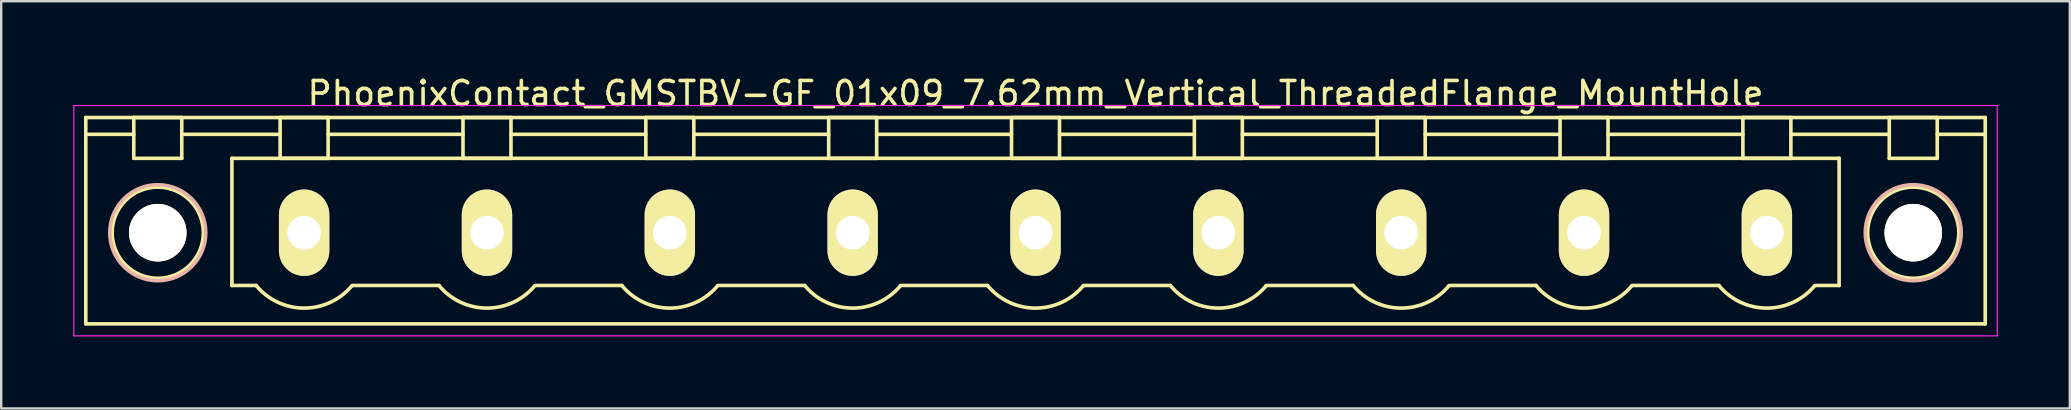
<source format=kicad_pcb>
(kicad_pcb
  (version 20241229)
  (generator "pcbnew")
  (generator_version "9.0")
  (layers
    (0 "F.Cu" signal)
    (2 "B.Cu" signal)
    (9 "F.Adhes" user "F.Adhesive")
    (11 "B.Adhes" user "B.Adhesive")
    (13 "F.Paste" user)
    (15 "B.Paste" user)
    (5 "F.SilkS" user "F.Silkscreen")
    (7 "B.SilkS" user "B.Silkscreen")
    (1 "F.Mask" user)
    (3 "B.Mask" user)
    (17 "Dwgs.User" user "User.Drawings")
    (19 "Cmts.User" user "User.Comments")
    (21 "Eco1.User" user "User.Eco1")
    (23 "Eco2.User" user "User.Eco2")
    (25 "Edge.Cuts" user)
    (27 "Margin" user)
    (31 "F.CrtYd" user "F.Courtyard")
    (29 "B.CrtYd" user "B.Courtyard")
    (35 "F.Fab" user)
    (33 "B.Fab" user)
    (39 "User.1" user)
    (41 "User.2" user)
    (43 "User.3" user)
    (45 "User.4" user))
  (footprint "PhoenixContact_GMSTBV-GF_01x09_7.62mm_Vertical_ThreadedFlange_MountHole"
    (layer "F.Cu")
    (at 9.625 6.648)
    (property "Reference" "PhoenixContact_GMSTBV-GF_01x09_7.62mm_Vertical_ThreadedFlange_MountHole" (at 30.48 -5.8 0) (layer "F.SilkS") (effects (font (size 1 1) (thickness 0.15))))
    (attr through_hole)
    (fp_line (start -9.1 -4.8) (end -9.1 3.8) (stroke (width 0.15) (type solid)) (layer "F.SilkS"))
    (fp_line (start -9.1 -4.1) (end -7.1 -4.1) (stroke (width 0.15) (type solid)) (layer "F.SilkS"))
    (fp_line (start -9.1 3.8) (end 70.06 3.8) (stroke (width 0.15) (type solid)) (layer "F.SilkS"))
    (fp_line (start -7.1 -4.8) (end -5.1 -4.8) (stroke (width 0.15) (type solid)) (layer "F.SilkS"))
    (fp_line (start -7.1 -3.1) (end -7.1 -4.8) (stroke (width 0.15) (type solid)) (layer "F.SilkS"))
    (fp_line (start -5.1 -4.8) (end -5.1 -3.1) (stroke (width 0.15) (type solid)) (layer "F.SilkS"))
    (fp_line (start -5.1 -4.1) (end -1 -4.1) (stroke (width 0.15) (type solid)) (layer "F.SilkS"))
    (fp_line (start -5.1 -3.1) (end -7.1 -3.1) (stroke (width 0.15) (type solid)) (layer "F.SilkS"))
    (fp_line (start -3.01 -3.1) (end 63.97 -3.1) (stroke (width 0.15) (type solid)) (layer "F.SilkS"))
    (fp_line (start -3.01 2.2) (end -3.01 -3.1) (stroke (width 0.15) (type solid)) (layer "F.SilkS"))
    (fp_line (start -2 2.2) (end -3.01 2.2) (stroke (width 0.15) (type solid)) (layer "F.SilkS"))
    (fp_line (start -1 -4.8) (end 1 -4.8) (stroke (width 0.15) (type solid)) (layer "F.SilkS"))
    (fp_line (start -1 -3.1) (end -1 -4.8) (stroke (width 0.15) (type solid)) (layer "F.SilkS"))
    (fp_line (start 1 -4.8) (end 1 -3.1) (stroke (width 0.15) (type solid)) (layer "F.SilkS"))
    (fp_line (start 1 -4.1) (end 6.62 -4.1) (stroke (width 0.15) (type solid)) (layer "F.SilkS"))
    (fp_line (start 1 -3.1) (end -1 -3.1) (stroke (width 0.15) (type solid)) (layer "F.SilkS"))
    (fp_line (start 2 2.2) (end 5.62 2.2) (stroke (width 0.15) (type solid)) (layer "F.SilkS"))
    (fp_line (start 6.62 -4.8) (end 8.62 -4.8) (stroke (width 0.15) (type solid)) (layer "F.SilkS"))
    (fp_line (start 6.62 -3.1) (end 6.62 -4.8) (stroke (width 0.15) (type solid)) (layer "F.SilkS"))
    (fp_line (start 8.62 -4.8) (end 8.62 -3.1) (stroke (width 0.15) (type solid)) (layer "F.SilkS"))
    (fp_line (start 8.62 -4.1) (end 14.24 -4.1) (stroke (width 0.15) (type solid)) (layer "F.SilkS"))
    (fp_line (start 8.62 -3.1) (end 6.62 -3.1) (stroke (width 0.15) (type solid)) (layer "F.SilkS"))
    (fp_line (start 9.62 2.2) (end 13.24 2.2) (stroke (width 0.15) (type solid)) (layer "F.SilkS"))
    (fp_line (start 14.24 -4.8) (end 16.24 -4.8) (stroke (width 0.15) (type solid)) (layer "F.SilkS"))
    (fp_line (start 14.24 -3.1) (end 14.24 -4.8) (stroke (width 0.15) (type solid)) (layer "F.SilkS"))
    (fp_line (start 16.24 -4.8) (end 16.24 -3.1) (stroke (width 0.15) (type solid)) (layer "F.SilkS"))
    (fp_line (start 16.24 -4.1) (end 21.86 -4.1) (stroke (width 0.15) (type solid)) (layer "F.SilkS"))
    (fp_line (start 16.24 -3.1) (end 14.24 -3.1) (stroke (width 0.15) (type solid)) (layer "F.SilkS"))
    (fp_line (start 17.24 2.2) (end 20.86 2.2) (stroke (width 0.15) (type solid)) (layer "F.SilkS"))
    (fp_line (start 21.86 -4.8) (end 23.86 -4.8) (stroke (width 0.15) (type solid)) (layer "F.SilkS"))
    (fp_line (start 21.86 -3.1) (end 21.86 -4.8) (stroke (width 0.15) (type solid)) (layer "F.SilkS"))
    (fp_line (start 23.86 -4.8) (end 23.86 -3.1) (stroke (width 0.15) (type solid)) (layer "F.SilkS"))
    (fp_line (start 23.86 -4.1) (end 29.48 -4.1) (stroke (width 0.15) (type solid)) (layer "F.SilkS"))
    (fp_line (start 23.86 -3.1) (end 21.86 -3.1) (stroke (width 0.15) (type solid)) (layer "F.SilkS"))
    (fp_line (start 24.86 2.2) (end 28.48 2.2) (stroke (width 0.15) (type solid)) (layer "F.SilkS"))
    (fp_line (start 29.48 -4.8) (end 31.48 -4.8) (stroke (width 0.15) (type solid)) (layer "F.SilkS"))
    (fp_line (start 29.48 -3.1) (end 29.48 -4.8) (stroke (width 0.15) (type solid)) (layer "F.SilkS"))
    (fp_line (start 31.48 -4.8) (end 31.48 -3.1) (stroke (width 0.15) (type solid)) (layer "F.SilkS"))
    (fp_line (start 31.48 -4.1) (end 37.1 -4.1) (stroke (width 0.15) (type solid)) (layer "F.SilkS"))
    (fp_line (start 31.48 -3.1) (end 29.48 -3.1) (stroke (width 0.15) (type solid)) (layer "F.SilkS"))
    (fp_line (start 32.48 2.2) (end 36.1 2.2) (stroke (width 0.15) (type solid)) (layer "F.SilkS"))
    (fp_line (start 37.1 -4.8) (end 39.1 -4.8) (stroke (width 0.15) (type solid)) (layer "F.SilkS"))
    (fp_line (start 37.1 -3.1) (end 37.1 -4.8) (stroke (width 0.15) (type solid)) (layer "F.SilkS"))
    (fp_line (start 39.1 -4.8) (end 39.1 -3.1) (stroke (width 0.15) (type solid)) (layer "F.SilkS"))
    (fp_line (start 39.1 -4.1) (end 44.72 -4.1) (stroke (width 0.15) (type solid)) (layer "F.SilkS"))
    (fp_line (start 39.1 -3.1) (end 37.1 -3.1) (stroke (width 0.15) (type solid)) (layer "F.SilkS"))
    (fp_line (start 40.1 2.2) (end 43.72 2.2) (stroke (width 0.15) (type solid)) (layer "F.SilkS"))
    (fp_line (start 44.72 -4.8) (end 46.72 -4.8) (stroke (width 0.15) (type solid)) (layer "F.SilkS"))
    (fp_line (start 44.72 -3.1) (end 44.72 -4.8) (stroke (width 0.15) (type solid)) (layer "F.SilkS"))
    (fp_line (start 46.72 -4.8) (end 46.72 -3.1) (stroke (width 0.15) (type solid)) (layer "F.SilkS"))
    (fp_line (start 46.72 -4.1) (end 52.34 -4.1) (stroke (width 0.15) (type solid)) (layer "F.SilkS"))
    (fp_line (start 46.72 -3.1) (end 44.72 -3.1) (stroke (width 0.15) (type solid)) (layer "F.SilkS"))
    (fp_line (start 47.72 2.2) (end 51.34 2.2) (stroke (width 0.15) (type solid)) (layer "F.SilkS"))
    (fp_line (start 52.34 -4.8) (end 54.34 -4.8) (stroke (width 0.15) (type solid)) (layer "F.SilkS"))
    (fp_line (start 52.34 -3.1) (end 52.34 -4.8) (stroke (width 0.15) (type solid)) (layer "F.SilkS"))
    (fp_line (start 54.34 -4.8) (end 54.34 -3.1) (stroke (width 0.15) (type solid)) (layer "F.SilkS"))
    (fp_line (start 54.34 -4.1) (end 59.96 -4.1) (stroke (width 0.15) (type solid)) (layer "F.SilkS"))
    (fp_line (start 54.34 -3.1) (end 52.34 -3.1) (stroke (width 0.15) (type solid)) (layer "F.SilkS"))
    (fp_line (start 55.34 2.2) (end 58.96 2.2) (stroke (width 0.15) (type solid)) (layer "F.SilkS"))
    (fp_line (start 59.96 -4.8) (end 61.96 -4.8) (stroke (width 0.15) (type solid)) (layer "F.SilkS"))
    (fp_line (start 59.96 -3.1) (end 59.96 -4.8) (stroke (width 0.15) (type solid)) (layer "F.SilkS"))
    (fp_line (start 61.96 -4.8) (end 61.96 -3.1) (stroke (width 0.15) (type solid)) (layer "F.SilkS"))
    (fp_line (start 61.96 -4.1) (end 66.06 -4.1) (stroke (width 0.15) (type solid)) (layer "F.SilkS"))
    (fp_line (start 61.96 -3.1) (end 59.96 -3.1) (stroke (width 0.15) (type solid)) (layer "F.SilkS"))
    (fp_line (start 63.97 -3.1) (end 63.97 2.2) (stroke (width 0.15) (type solid)) (layer "F.SilkS"))
    (fp_line (start 63.97 2.2) (end 62.96 2.2) (stroke (width 0.15) (type solid)) (layer "F.SilkS"))
    (fp_line (start 66.06 -4.8) (end 68.06 -4.8) (stroke (width 0.15) (type solid)) (layer "F.SilkS"))
    (fp_line (start 66.06 -3.1) (end 66.06 -4.8) (stroke (width 0.15) (type solid)) (layer "F.SilkS"))
    (fp_line (start 68.06 -4.8) (end 68.06 -3.1) (stroke (width 0.15) (type solid)) (layer "F.SilkS"))
    (fp_line (start 68.06 -3.1) (end 66.06 -3.1) (stroke (width 0.15) (type solid)) (layer "F.SilkS"))
    (fp_line (start 70.06 -4.8) (end -9.1 -4.8) (stroke (width 0.15) (type solid)) (layer "F.SilkS"))
    (fp_line (start 70.06 -4.1) (end 68.06 -4.1) (stroke (width 0.15) (type solid)) (layer "F.SilkS"))
    (fp_line (start 70.06 3.8) (end 70.06 -4.8) (stroke (width 0.15) (type solid)) (layer "F.SilkS"))
    (fp_arc (start 1.986842 2.215821) (mid -0.010289 3.142758) (end -2 2.2) (stroke (width 0.15) (type solid)) (layer "F.SilkS"))
    (fp_arc (start 9.606842 2.215821) (mid 7.609711 3.142758) (end 5.62 2.2) (stroke (width 0.15) (type solid)) (layer "F.SilkS"))
    (fp_arc (start 17.226842 2.215821) (mid 15.229711 3.142758) (end 13.24 2.2) (stroke (width 0.15) (type solid)) (layer "F.SilkS"))
    (fp_arc (start 24.846842 2.215821) (mid 22.849711 3.142758) (end 20.86 2.2) (stroke (width 0.15) (type solid)) (layer "F.SilkS"))
    (fp_arc (start 32.466842 2.215821) (mid 30.469711 3.142758) (end 28.48 2.2) (stroke (width 0.15) (type solid)) (layer "F.SilkS"))
    (fp_arc (start 40.086842 2.215821) (mid 38.089711 3.142758) (end 36.1 2.2) (stroke (width 0.15) (type solid)) (layer "F.SilkS"))
    (fp_arc (start 47.706842 2.215821) (mid 45.709711 3.142758) (end 43.72 2.2) (stroke (width 0.15) (type solid)) (layer "F.SilkS"))
    (fp_arc (start 55.326842 2.215821) (mid 53.329711 3.142758) (end 51.34 2.2) (stroke (width 0.15) (type solid)) (layer "F.SilkS"))
    (fp_arc (start 62.946842 2.215821) (mid 60.949711 3.142758) (end 58.96 2.2) (stroke (width 0.15) (type solid)) (layer "F.SilkS"))
    (fp_circle (center -6.1 0) (end -5.1 0) (stroke (width 0.15) (type solid)) (fill no) (layer "F.SilkS"))
    (fp_circle (center -6.1 0) (end -4.2 0) (stroke (width 0.15) (type solid)) (fill no) (layer "F.SilkS"))
    (fp_circle (center 67.06 0) (end 68.06 0) (stroke (width 0.15) (type solid)) (fill no) (layer "F.SilkS"))
    (fp_circle (center 67.06 0) (end 68.96 0) (stroke (width 0.15) (type solid)) (fill no) (layer "F.SilkS"))
    (fp_circle (center -6.1 0) (end -4.1 0) (stroke (width 0.15) (type solid)) (fill no) (layer "B.SilkS"))
    (fp_circle (center 67.06 0) (end 69.06 0) (stroke (width 0.15) (type solid)) (fill no) (layer "B.SilkS"))
    (fp_line (start -9.6 -5.3) (end -9.6 4.3) (stroke (width 0.05) (type solid)) (layer "F.CrtYd"))
    (fp_line (start -9.6 4.3) (end 70.56 4.3) (stroke (width 0.05) (type solid)) (layer "F.CrtYd"))
    (fp_line (start 70.56 -5.3) (end -9.6 -5.3) (stroke (width 0.05) (type solid)) (layer "F.CrtYd"))
    (fp_line (start 70.56 4.3) (end 70.56 -5.3) (stroke (width 0.05) (type solid)) (layer "F.CrtYd"))
    (pad "" np_thru_hole circle (at -6.1 0) (size 2.4 2.4) (drill 2.4) (layers "*.Cu" "*.Mask" "F.SilkS"))
    (pad "" np_thru_hole circle (at 67.06 0) (size 2.4 2.4) (drill 2.4) (layers "*.Cu" "*.Mask" "F.SilkS"))
    (pad "1" thru_hole oval (at 0 0) (size 2.1 3.6) (drill 1.4) (layers "*.Cu" "*.Mask" "F.SilkS"))
    (pad "2" thru_hole oval (at 7.62 0) (size 2.1 3.6) (drill 1.4) (layers "*.Cu" "*.Mask" "F.SilkS"))
    (pad "3" thru_hole oval (at 15.24 0) (size 2.1 3.6) (drill 1.4) (layers "*.Cu" "*.Mask" "F.SilkS"))
    (pad "4" thru_hole oval (at 22.86 0) (size 2.1 3.6) (drill 1.4) (layers "*.Cu" "*.Mask" "F.SilkS"))
    (pad "5" thru_hole oval (at 30.48 0) (size 2.1 3.6) (drill 1.4) (layers "*.Cu" "*.Mask" "F.SilkS"))
    (pad "6" thru_hole oval (at 38.1 0) (size 2.1 3.6) (drill 1.4) (layers "*.Cu" "*.Mask" "F.SilkS"))
    (pad "7" thru_hole oval (at 45.72 0) (size 2.1 3.6) (drill 1.4) (layers "*.Cu" "*.Mask" "F.SilkS"))
    (pad "8" thru_hole oval (at 53.34 0) (size 2.1 3.6) (drill 1.4) (layers "*.Cu" "*.Mask" "F.SilkS"))
    (pad "9" thru_hole oval (at 60.96 0) (size 2.1 3.6) (drill 1.4) (layers "*.Cu" "*.Mask" "F.SilkS")))
  (gr_rect
    (start -3 -3)
    (end 83.21 13.973)
    (stroke (width 0.1) (type default))
    (fill no)
    (layer "Edge.Cuts")))
</source>
